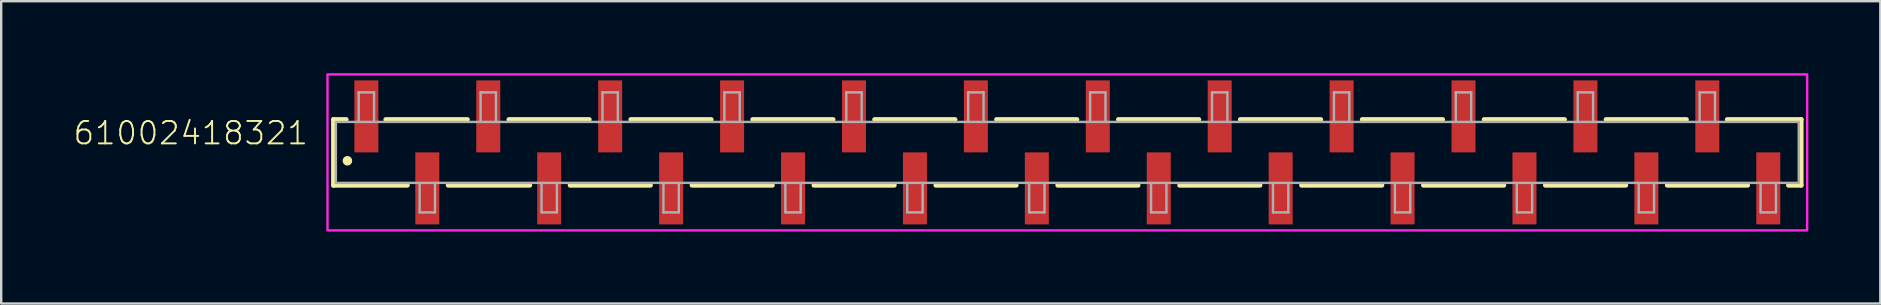
<source format=kicad_pcb>
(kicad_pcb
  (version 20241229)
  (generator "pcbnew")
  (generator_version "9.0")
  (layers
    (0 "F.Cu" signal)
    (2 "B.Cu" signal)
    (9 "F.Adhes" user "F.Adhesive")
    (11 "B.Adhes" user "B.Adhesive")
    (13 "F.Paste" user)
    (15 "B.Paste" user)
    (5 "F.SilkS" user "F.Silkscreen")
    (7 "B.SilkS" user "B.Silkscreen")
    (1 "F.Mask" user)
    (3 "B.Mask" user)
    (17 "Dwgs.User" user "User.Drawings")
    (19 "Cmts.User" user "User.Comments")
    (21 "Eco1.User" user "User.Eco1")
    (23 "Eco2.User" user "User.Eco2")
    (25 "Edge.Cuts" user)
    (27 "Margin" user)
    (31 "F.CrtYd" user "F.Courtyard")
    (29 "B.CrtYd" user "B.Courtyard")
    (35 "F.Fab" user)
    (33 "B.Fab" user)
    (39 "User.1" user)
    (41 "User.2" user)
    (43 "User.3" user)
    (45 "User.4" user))
  (footprint "61002418321"
    (layer "F.Cu")
    (at 41.427 3.3)
    (property "Reference" "61002418321" (at -31.578 -0.256 0) (unlocked yes) (layer "F.SilkS") (effects (font (size 0.935 0.935) (thickness 0.081)) (justify right bottom)))
    (fp_line (start -30.58 -1.37) (end -30.58 1.37) (stroke (width 0.2) (type solid)) (layer "F.SilkS"))
    (fp_line (start -30.58 1.37) (end -27.5 1.37) (stroke (width 0.2) (type solid)) (layer "F.SilkS"))
    (fp_line (start -30.05 -1.37) (end -30.58 -1.37) (stroke (width 0.2) (type solid)) (layer "F.SilkS"))
    (fp_line (start -25.8 1.37) (end -22.4 1.37) (stroke (width 0.2) (type solid)) (layer "F.SilkS"))
    (fp_line (start -25 -1.37) (end -28.4 -1.37) (stroke (width 0.2) (type solid)) (layer "F.SilkS"))
    (fp_line (start -20.72 1.37) (end -17.37 1.37) (stroke (width 0.2) (type solid)) (layer "F.SilkS"))
    (fp_line (start -19.92 -1.37) (end -23.27 -1.37) (stroke (width 0.2) (type solid)) (layer "F.SilkS"))
    (fp_line (start -15.64 1.37) (end -12.29 1.37) (stroke (width 0.2) (type solid)) (layer "F.SilkS"))
    (fp_line (start -14.84 -1.37) (end -18.19 -1.37) (stroke (width 0.2) (type solid)) (layer "F.SilkS"))
    (fp_line (start -10.56 1.37) (end -7.21 1.37) (stroke (width 0.2) (type solid)) (layer "F.SilkS"))
    (fp_line (start -9.76 -1.37) (end -13.11 -1.37) (stroke (width 0.2) (type solid)) (layer "F.SilkS"))
    (fp_line (start -5.48 1.37) (end -2.13 1.37) (stroke (width 0.2) (type solid)) (layer "F.SilkS"))
    (fp_line (start -4.68 -1.37) (end -8.03 -1.37) (stroke (width 0.2) (type solid)) (layer "F.SilkS"))
    (fp_line (start -0.4 1.37) (end 2.95 1.37) (stroke (width 0.2) (type solid)) (layer "F.SilkS"))
    (fp_line (start 0.4 -1.37) (end -2.95 -1.37) (stroke (width 0.2) (type solid)) (layer "F.SilkS"))
    (fp_line (start 4.68 1.37) (end 8.03 1.37) (stroke (width 0.2) (type solid)) (layer "F.SilkS"))
    (fp_line (start 5.48 -1.37) (end 2.13 -1.37) (stroke (width 0.2) (type solid)) (layer "F.SilkS"))
    (fp_line (start 9.76 1.37) (end 13.11 1.37) (stroke (width 0.2) (type solid)) (layer "F.SilkS"))
    (fp_line (start 10.56 -1.37) (end 7.21 -1.37) (stroke (width 0.2) (type solid)) (layer "F.SilkS"))
    (fp_line (start 14.84 1.37) (end 18.19 1.37) (stroke (width 0.2) (type solid)) (layer "F.SilkS"))
    (fp_line (start 15.64 -1.37) (end 12.29 -1.37) (stroke (width 0.2) (type solid)) (layer "F.SilkS"))
    (fp_line (start 19.92 1.37) (end 23.27 1.37) (stroke (width 0.2) (type solid)) (layer "F.SilkS"))
    (fp_line (start 20.72 -1.37) (end 17.37 -1.37) (stroke (width 0.2) (type solid)) (layer "F.SilkS"))
    (fp_line (start 25 1.37) (end 28.35 1.37) (stroke (width 0.2) (type solid)) (layer "F.SilkS"))
    (fp_line (start 25.8 -1.37) (end 22.45 -1.37) (stroke (width 0.2) (type solid)) (layer "F.SilkS"))
    (fp_line (start 30.05 1.37) (end 30.58 1.37) (stroke (width 0.2) (type solid)) (layer "F.SilkS"))
    (fp_line (start 30.58 -1.37) (end 27.5 -1.37) (stroke (width 0.2) (type solid)) (layer "F.SilkS"))
    (fp_line (start 30.58 1.37) (end 30.58 -1.37) (stroke (width 0.2) (type solid)) (layer "F.SilkS"))
    (fp_circle (center -30 0.35) (end -29.9 0.35) (stroke (width 0.2) (type solid)) (fill no) (layer "F.SilkS"))
    (fp_poly (pts (xy 30.83 3.25) (xy -30.83 3.25) (xy -30.83 -3.25) (xy 30.83 -3.25)) (stroke (width 0.1) (type default)) (fill no) (layer "F.CrtYd"))
    (fp_line (start -30.48 -1.27) (end -30.48 1.27) (stroke (width 0.1) (type solid)) (layer "F.Fab"))
    (fp_line (start -30.48 1.27) (end 30.48 1.27) (stroke (width 0.1) (type solid)) (layer "F.Fab"))
    (fp_line (start -29.53 -2.5) (end -28.89 -2.5) (stroke (width 0.1) (type solid)) (layer "F.Fab"))
    (fp_line (start -29.53 -1.3) (end -29.53 -2.5) (stroke (width 0.1) (type solid)) (layer "F.Fab"))
    (fp_line (start -28.89 -2.5) (end -28.89 -1.3) (stroke (width 0.1) (type solid)) (layer "F.Fab"))
    (fp_line (start -26.99 2.5) (end -26.99 1.3) (stroke (width 0.1) (type solid)) (layer "F.Fab"))
    (fp_line (start -26.35 1.3) (end -26.35 2.5) (stroke (width 0.1) (type solid)) (layer "F.Fab"))
    (fp_line (start -26.35 2.5) (end -26.99 2.5) (stroke (width 0.1) (type solid)) (layer "F.Fab"))
    (fp_line (start -24.45 -2.5) (end -23.81 -2.5) (stroke (width 0.1) (type solid)) (layer "F.Fab"))
    (fp_line (start -24.45 -1.3) (end -24.45 -2.5) (stroke (width 0.1) (type solid)) (layer "F.Fab"))
    (fp_line (start -23.81 -2.5) (end -23.81 -1.3) (stroke (width 0.1) (type solid)) (layer "F.Fab"))
    (fp_line (start -21.91 2.5) (end -21.91 1.3) (stroke (width 0.1) (type solid)) (layer "F.Fab"))
    (fp_line (start -21.27 1.3) (end -21.27 2.5) (stroke (width 0.1) (type solid)) (layer "F.Fab"))
    (fp_line (start -21.27 2.5) (end -21.91 2.5) (stroke (width 0.1) (type solid)) (layer "F.Fab"))
    (fp_line (start -19.37 -2.5) (end -18.73 -2.5) (stroke (width 0.1) (type solid)) (layer "F.Fab"))
    (fp_line (start -19.37 -1.3) (end -19.37 -2.5) (stroke (width 0.1) (type solid)) (layer "F.Fab"))
    (fp_line (start -18.73 -2.5) (end -18.73 -1.3) (stroke (width 0.1) (type solid)) (layer "F.Fab"))
    (fp_line (start -16.83 2.5) (end -16.83 1.3) (stroke (width 0.1) (type solid)) (layer "F.Fab"))
    (fp_line (start -16.19 1.3) (end -16.19 2.5) (stroke (width 0.1) (type solid)) (layer "F.Fab"))
    (fp_line (start -16.19 2.5) (end -16.83 2.5) (stroke (width 0.1) (type solid)) (layer "F.Fab"))
    (fp_line (start -14.29 -2.5) (end -13.65 -2.5) (stroke (width 0.1) (type solid)) (layer "F.Fab"))
    (fp_line (start -14.29 -1.3) (end -14.29 -2.5) (stroke (width 0.1) (type solid)) (layer "F.Fab"))
    (fp_line (start -13.65 -2.5) (end -13.65 -1.3) (stroke (width 0.1) (type solid)) (layer "F.Fab"))
    (fp_line (start -11.75 2.5) (end -11.75 1.3) (stroke (width 0.1) (type solid)) (layer "F.Fab"))
    (fp_line (start -11.11 1.3) (end -11.11 2.5) (stroke (width 0.1) (type solid)) (layer "F.Fab"))
    (fp_line (start -11.11 2.5) (end -11.75 2.5) (stroke (width 0.1) (type solid)) (layer "F.Fab"))
    (fp_line (start -9.21 -2.5) (end -8.57 -2.5) (stroke (width 0.1) (type solid)) (layer "F.Fab"))
    (fp_line (start -9.21 -1.3) (end -9.21 -2.5) (stroke (width 0.1) (type solid)) (layer "F.Fab"))
    (fp_line (start -8.57 -2.5) (end -8.57 -1.3) (stroke (width 0.1) (type solid)) (layer "F.Fab"))
    (fp_line (start -6.67 2.5) (end -6.67 1.3) (stroke (width 0.1) (type solid)) (layer "F.Fab"))
    (fp_line (start -6.03 1.3) (end -6.03 2.5) (stroke (width 0.1) (type solid)) (layer "F.Fab"))
    (fp_line (start -6.03 2.5) (end -6.67 2.5) (stroke (width 0.1) (type solid)) (layer "F.Fab"))
    (fp_line (start -4.13 -2.5) (end -3.49 -2.5) (stroke (width 0.1) (type solid)) (layer "F.Fab"))
    (fp_line (start -4.13 -1.3) (end -4.13 -2.5) (stroke (width 0.1) (type solid)) (layer "F.Fab"))
    (fp_line (start -3.49 -2.5) (end -3.49 -1.3) (stroke (width 0.1) (type solid)) (layer "F.Fab"))
    (fp_line (start -1.59 2.5) (end -1.59 1.3) (stroke (width 0.1) (type solid)) (layer "F.Fab"))
    (fp_line (start -0.95 1.3) (end -0.95 2.5) (stroke (width 0.1) (type solid)) (layer "F.Fab"))
    (fp_line (start -0.95 2.5) (end -1.59 2.5) (stroke (width 0.1) (type solid)) (layer "F.Fab"))
    (fp_line (start 0.95 -2.5) (end 1.59 -2.5) (stroke (width 0.1) (type solid)) (layer "F.Fab"))
    (fp_line (start 0.95 -1.3) (end 0.95 -2.5) (stroke (width 0.1) (type solid)) (layer "F.Fab"))
    (fp_line (start 1.59 -2.5) (end 1.59 -1.3) (stroke (width 0.1) (type solid)) (layer "F.Fab"))
    (fp_line (start 3.49 2.5) (end 3.49 1.3) (stroke (width 0.1) (type solid)) (layer "F.Fab"))
    (fp_line (start 4.13 1.3) (end 4.13 2.5) (stroke (width 0.1) (type solid)) (layer "F.Fab"))
    (fp_line (start 4.13 2.5) (end 3.49 2.5) (stroke (width 0.1) (type solid)) (layer "F.Fab"))
    (fp_line (start 6.03 -2.5) (end 6.67 -2.5) (stroke (width 0.1) (type solid)) (layer "F.Fab"))
    (fp_line (start 6.03 -1.3) (end 6.03 -2.5) (stroke (width 0.1) (type solid)) (layer "F.Fab"))
    (fp_line (start 6.67 -2.5) (end 6.67 -1.3) (stroke (width 0.1) (type solid)) (layer "F.Fab"))
    (fp_line (start 8.57 2.5) (end 8.57 1.3) (stroke (width 0.1) (type solid)) (layer "F.Fab"))
    (fp_line (start 9.21 1.3) (end 9.21 2.5) (stroke (width 0.1) (type solid)) (layer "F.Fab"))
    (fp_line (start 9.21 2.5) (end 8.57 2.5) (stroke (width 0.1) (type solid)) (layer "F.Fab"))
    (fp_line (start 11.11 -2.5) (end 11.75 -2.5) (stroke (width 0.1) (type solid)) (layer "F.Fab"))
    (fp_line (start 11.11 -1.3) (end 11.11 -2.5) (stroke (width 0.1) (type solid)) (layer "F.Fab"))
    (fp_line (start 11.75 -2.5) (end 11.75 -1.3) (stroke (width 0.1) (type solid)) (layer "F.Fab"))
    (fp_line (start 13.65 2.5) (end 13.65 1.3) (stroke (width 0.1) (type solid)) (layer "F.Fab"))
    (fp_line (start 14.29 1.3) (end 14.29 2.5) (stroke (width 0.1) (type solid)) (layer "F.Fab"))
    (fp_line (start 14.29 2.5) (end 13.65 2.5) (stroke (width 0.1) (type solid)) (layer "F.Fab"))
    (fp_line (start 16.19 -2.5) (end 16.83 -2.5) (stroke (width 0.1) (type solid)) (layer "F.Fab"))
    (fp_line (start 16.19 -1.3) (end 16.19 -2.5) (stroke (width 0.1) (type solid)) (layer "F.Fab"))
    (fp_line (start 16.83 -2.5) (end 16.83 -1.3) (stroke (width 0.1) (type solid)) (layer "F.Fab"))
    (fp_line (start 18.73 2.5) (end 18.73 1.3) (stroke (width 0.1) (type solid)) (layer "F.Fab"))
    (fp_line (start 19.37 1.3) (end 19.37 2.5) (stroke (width 0.1) (type solid)) (layer "F.Fab"))
    (fp_line (start 19.37 2.5) (end 18.73 2.5) (stroke (width 0.1) (type solid)) (layer "F.Fab"))
    (fp_line (start 21.27 -2.5) (end 21.91 -2.5) (stroke (width 0.1) (type solid)) (layer "F.Fab"))
    (fp_line (start 21.27 -1.3) (end 21.27 -2.5) (stroke (width 0.1) (type solid)) (layer "F.Fab"))
    (fp_line (start 21.91 -2.5) (end 21.91 -1.3) (stroke (width 0.1) (type solid)) (layer "F.Fab"))
    (fp_line (start 23.81 2.5) (end 23.81 1.3) (stroke (width 0.1) (type solid)) (layer "F.Fab"))
    (fp_line (start 24.45 1.3) (end 24.45 2.5) (stroke (width 0.1) (type solid)) (layer "F.Fab"))
    (fp_line (start 24.45 2.5) (end 23.81 2.5) (stroke (width 0.1) (type solid)) (layer "F.Fab"))
    (fp_line (start 26.35 -2.5) (end 26.99 -2.5) (stroke (width 0.1) (type solid)) (layer "F.Fab"))
    (fp_line (start 26.35 -1.3) (end 26.35 -2.5) (stroke (width 0.1) (type solid)) (layer "F.Fab"))
    (fp_line (start 26.99 -2.5) (end 26.99 -1.3) (stroke (width 0.1) (type solid)) (layer "F.Fab"))
    (fp_line (start 28.89 2.5) (end 28.89 1.3) (stroke (width 0.1) (type solid)) (layer "F.Fab"))
    (fp_line (start 29.53 1.3) (end 29.53 2.5) (stroke (width 0.1) (type solid)) (layer "F.Fab"))
    (fp_line (start 29.53 2.5) (end 28.89 2.5) (stroke (width 0.1) (type solid)) (layer "F.Fab"))
    (fp_line (start 30.48 -1.27) (end -30.48 -1.27) (stroke (width 0.1) (type solid)) (layer "F.Fab"))
    (fp_line (start 30.48 1.27) (end 30.48 -1.27) (stroke (width 0.1) (type solid)) (layer "F.Fab"))
    (pad "1" smd rect (at -29.21 -1.5) (size 1 3) (layers "F.Cu" "F.Mask" "F.Paste"))
    (pad "2" smd rect (at -26.67 1.5) (size 1 3) (layers "F.Cu" "F.Mask" "F.Paste"))
    (pad "3" smd rect (at -24.13 -1.5) (size 1 3) (layers "F.Cu" "F.Mask" "F.Paste"))
    (pad "4" smd rect (at -21.59 1.5) (size 1 3) (layers "F.Cu" "F.Mask" "F.Paste"))
    (pad "5" smd rect (at -19.05 -1.5) (size 1 3) (layers "F.Cu" "F.Mask" "F.Paste"))
    (pad "6" smd rect (at -16.51 1.5) (size 1 3) (layers "F.Cu" "F.Mask" "F.Paste"))
    (pad "7" smd rect (at -13.97 -1.5) (size 1 3) (layers "F.Cu" "F.Mask" "F.Paste"))
    (pad "8" smd rect (at -11.43 1.5) (size 1 3) (layers "F.Cu" "F.Mask" "F.Paste"))
    (pad "9" smd rect (at -8.89 -1.5) (size 1 3) (layers "F.Cu" "F.Mask" "F.Paste"))
    (pad "10" smd rect (at -6.35 1.5) (size 1 3) (layers "F.Cu" "F.Mask" "F.Paste"))
    (pad "11" smd rect (at -3.81 -1.5) (size 1 3) (layers "F.Cu" "F.Mask" "F.Paste"))
    (pad "12" smd rect (at -1.27 1.5) (size 1 3) (layers "F.Cu" "F.Mask" "F.Paste"))
    (pad "13" smd rect (at 1.27 -1.5) (size 1 3) (layers "F.Cu" "F.Mask" "F.Paste"))
    (pad "14" smd rect (at 3.81 1.5) (size 1 3) (layers "F.Cu" "F.Mask" "F.Paste"))
    (pad "15" smd rect (at 6.35 -1.5) (size 1 3) (layers "F.Cu" "F.Mask" "F.Paste"))
    (pad "16" smd rect (at 8.89 1.5) (size 1 3) (layers "F.Cu" "F.Mask" "F.Paste"))
    (pad "17" smd rect (at 11.43 -1.5) (size 1 3) (layers "F.Cu" "F.Mask" "F.Paste"))
    (pad "18" smd rect (at 13.97 1.5) (size 1 3) (layers "F.Cu" "F.Mask" "F.Paste"))
    (pad "19" smd rect (at 16.51 -1.5 180) (size 1 3) (layers "F.Cu" "F.Mask" "F.Paste"))
    (pad "20" smd rect (at 19.05 1.5 180) (size 1 3) (layers "F.Cu" "F.Mask" "F.Paste"))
    (pad "21" smd rect (at 21.59 -1.5 180) (size 1 3) (layers "F.Cu" "F.Mask" "F.Paste"))
    (pad "22" smd rect (at 24.13 1.5 180) (size 1 3) (layers "F.Cu" "F.Mask" "F.Paste"))
    (pad "23" smd rect (at 26.67 -1.5 180) (size 1 3) (layers "F.Cu" "F.Mask" "F.Paste"))
    (pad "24" smd rect (at 29.21 1.5 180) (size 1 3) (layers "F.Cu" "F.Mask" "F.Paste")))
  (gr_rect
    (start -3 -3)
    (end 75.307 9.6)
    (stroke (width 0.1) (type default))
    (fill no)
    (layer "Edge.Cuts")))
</source>
